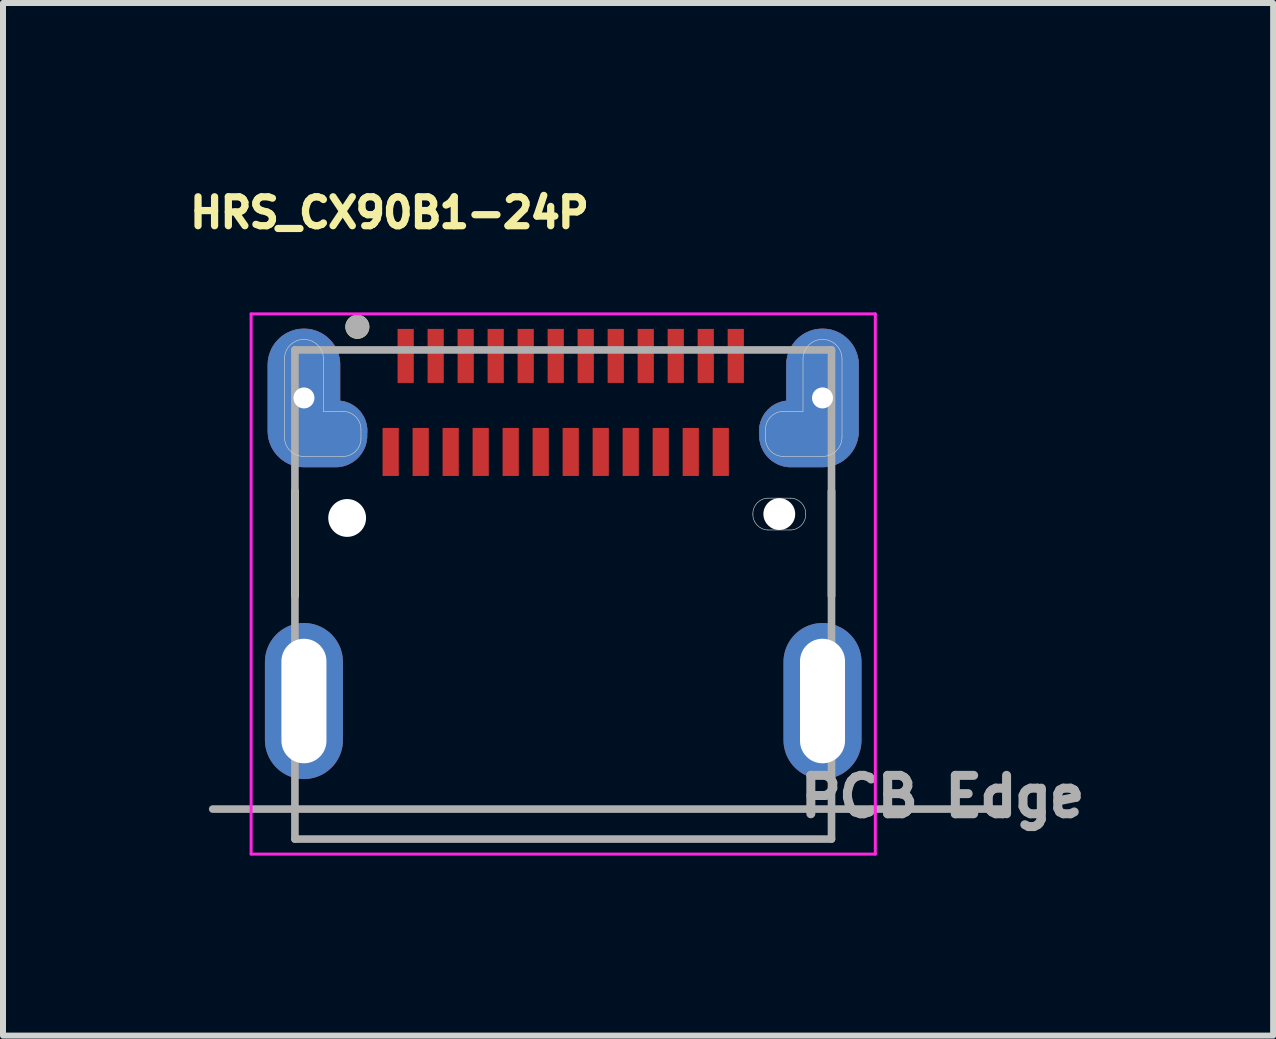
<source format=kicad_pcb>
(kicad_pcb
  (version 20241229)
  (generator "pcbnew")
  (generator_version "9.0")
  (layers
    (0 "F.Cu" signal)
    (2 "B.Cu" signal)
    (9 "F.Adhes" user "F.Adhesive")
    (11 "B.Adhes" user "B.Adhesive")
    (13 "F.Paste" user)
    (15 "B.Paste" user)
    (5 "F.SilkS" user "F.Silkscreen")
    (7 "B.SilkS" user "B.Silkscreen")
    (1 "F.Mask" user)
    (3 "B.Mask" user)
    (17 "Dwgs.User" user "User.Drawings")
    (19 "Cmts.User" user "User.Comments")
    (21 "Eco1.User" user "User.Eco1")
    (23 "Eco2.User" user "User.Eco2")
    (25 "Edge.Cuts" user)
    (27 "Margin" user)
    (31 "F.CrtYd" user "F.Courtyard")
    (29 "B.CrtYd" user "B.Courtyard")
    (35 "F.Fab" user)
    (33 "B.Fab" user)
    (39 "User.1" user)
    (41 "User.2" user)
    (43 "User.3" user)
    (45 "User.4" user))
  (footprint "HRS_CX90B1-24P"
    (layer "F.Cu")
    (at 6.334 8.63)
    (property "Reference" "HRS_CX90B1-24P" (at -2.894 -8.136 0) (layer "F.SilkS") (effects (font (size 0.482 0.482) (thickness 0.15))))
    (attr smd)
    (fp_poly (pts (xy -3.72 -5.6) (xy -3.72 -5) (xy -3.691 -4.996) (xy -3.666 -4.992) (xy -3.64 -4.985) (xy -3.615 -4.978) (xy -3.59 -4.969) (xy -3.566 -4.959) (xy -3.542 -4.948) (xy -3.519 -4.935) (xy -3.496 -4.921) (xy -3.475 -4.907) (xy -3.454 -4.891) (xy -3.434 -4.873) (xy -3.415 -4.855) (xy -3.397 -4.836) (xy -3.379 -4.816) (xy -3.363 -4.795) (xy -3.349 -4.774) (xy -3.335 -4.751) (xy -3.322 -4.728) (xy -3.311 -4.704) (xy -3.301 -4.68) (xy -3.292 -4.655) (xy -3.285 -4.63) (xy -3.278 -4.604) (xy -3.274 -4.579) (xy -3.27 -4.553) (xy -3.268 -4.526) (xy -3.268 -4.5) (xy -3.268 -4.474) (xy -3.27 -4.45) (xy -3.269 -4.425) (xy -3.27 -4.397) (xy -3.272 -4.37) (xy -3.276 -4.343) (xy -3.281 -4.316) (xy -3.287 -4.289) (xy -3.295 -4.263) (xy -3.304 -4.237) (xy -3.315 -4.211) (xy -3.327 -4.186) (xy -3.34 -4.162) (xy -3.354 -4.139) (xy -3.37 -4.116) (xy -3.387 -4.094) (xy -3.404 -4.073) (xy -3.423 -4.053) (xy -3.443 -4.034) (xy -3.464 -4.017) (xy -3.486 -4) (xy -3.509 -3.984) (xy -3.532 -3.97) (xy -3.556 -3.957) (xy -3.581 -3.945) (xy -3.607 -3.934) (xy -3.633 -3.925) (xy -3.659 -3.917) (xy -3.686 -3.911) (xy -3.713 -3.906) (xy -3.74 -3.902) (xy -3.77 -3.9) (xy -4.32 -3.9) (xy -4.351 -3.901) (xy -4.383 -3.903) (xy -4.414 -3.907) (xy -4.445 -3.913) (xy -4.475 -3.92) (xy -4.505 -3.929) (xy -4.535 -3.94) (xy -4.564 -3.952) (xy -4.592 -3.965) (xy -4.62 -3.98) (xy -4.647 -3.997) (xy -4.673 -4.015) (xy -4.698 -4.034) (xy -4.721 -4.054) (xy -4.744 -4.076) (xy -4.766 -4.099) (xy -4.786 -4.122) (xy -4.805 -4.147) (xy -4.823 -4.173) (xy -4.84 -4.2) (xy -4.855 -4.228) (xy -4.868 -4.256) (xy -4.88 -4.285) (xy -4.891 -4.315) (xy -4.9 -4.345) (xy -4.907 -4.375) (xy -4.913 -4.406) (xy -4.917 -4.437) (xy -4.919 -4.469) (xy -4.92 -4.5) (xy -4.92 -5.6) (xy -4.919 -5.631) (xy -4.917 -5.663) (xy -4.913 -5.694) (xy -4.907 -5.725) (xy -4.9 -5.755) (xy -4.891 -5.785) (xy -4.88 -5.815) (xy -4.868 -5.844) (xy -4.855 -5.872) (xy -4.84 -5.9) (xy -4.823 -5.927) (xy -4.805 -5.953) (xy -4.786 -5.978) (xy -4.766 -6.001) (xy -4.744 -6.024) (xy -4.721 -6.046) (xy -4.698 -6.066) (xy -4.673 -6.085) (xy -4.647 -6.103) (xy -4.62 -6.12) (xy -4.592 -6.135) (xy -4.564 -6.148) (xy -4.535 -6.16) (xy -4.505 -6.171) (xy -4.475 -6.18) (xy -4.445 -6.187) (xy -4.414 -6.193) (xy -4.383 -6.197) (xy -4.351 -6.199) (xy -4.32 -6.2) (xy -4.289 -6.199) (xy -4.257 -6.197) (xy -4.226 -6.193) (xy -4.195 -6.187) (xy -4.165 -6.18) (xy -4.135 -6.171) (xy -4.105 -6.16) (xy -4.076 -6.148) (xy -4.048 -6.135) (xy -4.02 -6.12) (xy -3.993 -6.103) (xy -3.967 -6.085) (xy -3.942 -6.066) (xy -3.919 -6.046) (xy -3.896 -6.024) (xy -3.874 -6.001) (xy -3.854 -5.978) (xy -3.835 -5.953) (xy -3.817 -5.927) (xy -3.8 -5.9) (xy -3.785 -5.872) (xy -3.772 -5.844) (xy -3.76 -5.815) (xy -3.749 -5.785) (xy -3.74 -5.755) (xy -3.733 -5.725) (xy -3.727 -5.694) (xy -3.723 -5.663) (xy -3.721 -5.631) (xy -3.72 -5.6)) (stroke (width 0.01) (type solid)) (fill yes) (layer "F.Cu"))
    (fp_poly (pts (xy 3.72 -5.6) (xy 3.72 -5) (xy 3.691 -4.996) (xy 3.666 -4.992) (xy 3.64 -4.985) (xy 3.615 -4.978) (xy 3.59 -4.969) (xy 3.566 -4.959) (xy 3.542 -4.948) (xy 3.519 -4.935) (xy 3.496 -4.921) (xy 3.475 -4.907) (xy 3.454 -4.891) (xy 3.434 -4.873) (xy 3.415 -4.855) (xy 3.397 -4.836) (xy 3.379 -4.816) (xy 3.363 -4.795) (xy 3.349 -4.774) (xy 3.335 -4.751) (xy 3.322 -4.728) (xy 3.311 -4.704) (xy 3.301 -4.68) (xy 3.292 -4.655) (xy 3.285 -4.63) (xy 3.278 -4.604) (xy 3.274 -4.579) (xy 3.27 -4.553) (xy 3.268 -4.526) (xy 3.268 -4.5) (xy 3.268 -4.474) (xy 3.27 -4.45) (xy 3.269 -4.425) (xy 3.27 -4.397) (xy 3.272 -4.37) (xy 3.276 -4.343) (xy 3.281 -4.316) (xy 3.287 -4.289) (xy 3.295 -4.263) (xy 3.304 -4.237) (xy 3.315 -4.211) (xy 3.327 -4.186) (xy 3.34 -4.162) (xy 3.354 -4.139) (xy 3.37 -4.116) (xy 3.387 -4.094) (xy 3.404 -4.073) (xy 3.423 -4.053) (xy 3.443 -4.034) (xy 3.464 -4.017) (xy 3.486 -4) (xy 3.509 -3.984) (xy 3.532 -3.97) (xy 3.556 -3.957) (xy 3.581 -3.945) (xy 3.607 -3.934) (xy 3.633 -3.925) (xy 3.659 -3.917) (xy 3.686 -3.911) (xy 3.713 -3.906) (xy 3.74 -3.902) (xy 3.77 -3.9) (xy 4.32 -3.9) (xy 4.351 -3.901) (xy 4.383 -3.903) (xy 4.414 -3.907) (xy 4.445 -3.913) (xy 4.475 -3.92) (xy 4.505 -3.929) (xy 4.535 -3.94) (xy 4.564 -3.952) (xy 4.592 -3.965) (xy 4.62 -3.98) (xy 4.647 -3.997) (xy 4.673 -4.015) (xy 4.698 -4.034) (xy 4.721 -4.054) (xy 4.744 -4.076) (xy 4.766 -4.099) (xy 4.786 -4.122) (xy 4.805 -4.147) (xy 4.823 -4.173) (xy 4.84 -4.2) (xy 4.855 -4.228) (xy 4.868 -4.256) (xy 4.88 -4.285) (xy 4.891 -4.315) (xy 4.9 -4.345) (xy 4.907 -4.375) (xy 4.913 -4.406) (xy 4.917 -4.437) (xy 4.919 -4.469) (xy 4.92 -4.5) (xy 4.92 -5.6) (xy 4.919 -5.631) (xy 4.917 -5.663) (xy 4.913 -5.694) (xy 4.907 -5.725) (xy 4.9 -5.755) (xy 4.891 -5.785) (xy 4.88 -5.815) (xy 4.868 -5.844) (xy 4.855 -5.872) (xy 4.84 -5.9) (xy 4.823 -5.927) (xy 4.805 -5.953) (xy 4.786 -5.978) (xy 4.766 -6.001) (xy 4.744 -6.024) (xy 4.721 -6.046) (xy 4.698 -6.066) (xy 4.673 -6.085) (xy 4.647 -6.103) (xy 4.62 -6.12) (xy 4.592 -6.135) (xy 4.564 -6.148) (xy 4.535 -6.16) (xy 4.505 -6.171) (xy 4.475 -6.18) (xy 4.445 -6.187) (xy 4.414 -6.193) (xy 4.383 -6.197) (xy 4.351 -6.199) (xy 4.32 -6.2) (xy 4.289 -6.199) (xy 4.257 -6.197) (xy 4.226 -6.193) (xy 4.195 -6.187) (xy 4.165 -6.18) (xy 4.135 -6.171) (xy 4.105 -6.16) (xy 4.076 -6.148) (xy 4.048 -6.135) (xy 4.02 -6.12) (xy 3.993 -6.103) (xy 3.967 -6.085) (xy 3.942 -6.066) (xy 3.919 -6.046) (xy 3.896 -6.024) (xy 3.874 -6.001) (xy 3.854 -5.978) (xy 3.835 -5.953) (xy 3.817 -5.927) (xy 3.8 -5.9) (xy 3.785 -5.872) (xy 3.772 -5.844) (xy 3.76 -5.815) (xy 3.749 -5.785) (xy 3.74 -5.755) (xy 3.733 -5.725) (xy 3.727 -5.694) (xy 3.723 -5.663) (xy 3.721 -5.631) (xy 3.72 -5.6)) (stroke (width 0.01) (type solid)) (fill yes) (layer "F.Cu"))
    (fp_poly (pts (xy 3.6 -3.48) (xy 3.77 -3.48) (xy 3.789 -3.479) (xy 3.809 -3.478) (xy 3.828 -3.475) (xy 3.847 -3.472) (xy 3.866 -3.467) (xy 3.884 -3.462) (xy 3.903 -3.455) (xy 3.92 -3.448) (xy 3.938 -3.44) (xy 3.955 -3.43) (xy 3.972 -3.42) (xy 3.987 -3.409) (xy 4.003 -3.398) (xy 4.018 -3.385) (xy 4.032 -3.372) (xy 4.045 -3.358) (xy 4.058 -3.343) (xy 4.069 -3.327) (xy 4.08 -3.312) (xy 4.09 -3.295) (xy 4.1 -3.278) (xy 4.108 -3.26) (xy 4.115 -3.243) (xy 4.122 -3.224) (xy 4.127 -3.206) (xy 4.132 -3.187) (xy 4.135 -3.168) (xy 4.138 -3.149) (xy 4.139 -3.129) (xy 4.14 -3.11) (xy 4.14 -3.091) (xy 4.138 -3.072) (xy 4.136 -3.054) (xy 4.132 -3.035) (xy 4.128 -3.017) (xy 4.122 -2.999) (xy 4.116 -2.981) (xy 4.109 -2.964) (xy 4.101 -2.947) (xy 4.092 -2.93) (xy 4.082 -2.914) (xy 4.071 -2.898) (xy 4.06 -2.883) (xy 4.048 -2.869) (xy 4.035 -2.855) (xy 4.021 -2.842) (xy 4.007 -2.83) (xy 3.992 -2.819) (xy 3.976 -2.808) (xy 3.96 -2.798) (xy 3.943 -2.789) (xy 3.926 -2.781) (xy 3.909 -2.774) (xy 3.891 -2.768) (xy 3.873 -2.762) (xy 3.855 -2.758) (xy 3.836 -2.754) (xy 3.818 -2.752) (xy 3.799 -2.75) (xy 3.78 -2.75) (xy 3.6 -2.75) (xy 3.4 -2.75) (xy 3.381 -2.751) (xy 3.361 -2.752) (xy 3.342 -2.755) (xy 3.323 -2.758) (xy 3.304 -2.763) (xy 3.286 -2.768) (xy 3.267 -2.775) (xy 3.25 -2.782) (xy 3.232 -2.79) (xy 3.215 -2.8) (xy 3.198 -2.81) (xy 3.183 -2.821) (xy 3.167 -2.832) (xy 3.152 -2.845) (xy 3.138 -2.858) (xy 3.125 -2.872) (xy 3.112 -2.887) (xy 3.101 -2.903) (xy 3.09 -2.918) (xy 3.08 -2.935) (xy 3.07 -2.952) (xy 3.062 -2.97) (xy 3.055 -2.987) (xy 3.048 -3.006) (xy 3.043 -3.024) (xy 3.038 -3.043) (xy 3.035 -3.062) (xy 3.032 -3.081) (xy 3.031 -3.101) (xy 3.03 -3.12) (xy 3.03 -3.139) (xy 3.032 -3.158) (xy 3.034 -3.176) (xy 3.038 -3.195) (xy 3.042 -3.213) (xy 3.048 -3.231) (xy 3.054 -3.249) (xy 3.061 -3.266) (xy 3.069 -3.283) (xy 3.078 -3.3) (xy 3.088 -3.316) (xy 3.099 -3.332) (xy 3.11 -3.347) (xy 3.122 -3.361) (xy 3.135 -3.375) (xy 3.149 -3.388) (xy 3.163 -3.4) (xy 3.178 -3.411) (xy 3.194 -3.422) (xy 3.21 -3.432) (xy 3.227 -3.441) (xy 3.244 -3.449) (xy 3.261 -3.456) (xy 3.279 -3.462) (xy 3.297 -3.468) (xy 3.315 -3.472) (xy 3.334 -3.476) (xy 3.352 -3.478) (xy 3.371 -3.48) (xy 3.39 -3.48) (xy 3.6 -3.48)) (stroke (width 0.01) (type solid)) (fill yes) (layer "F.Mask"))
    (fp_poly (pts (xy -3.62 -5.7) (xy -3.62 -5.1) (xy -3.597 -5.091) (xy -3.572 -5.079) (xy -3.547 -5.067) (xy -3.523 -5.053) (xy -3.499 -5.039) (xy -3.475 -5.023) (xy -3.453 -5.007) (xy -3.431 -4.99) (xy -3.409 -4.972) (xy -3.389 -4.953) (xy -3.369 -4.933) (xy -3.35 -4.913) (xy -3.332 -4.891) (xy -3.314 -4.869) (xy -3.298 -4.847) (xy -3.282 -4.824) (xy -3.268 -4.8) (xy -3.254 -4.776) (xy -3.241 -4.751) (xy -3.229 -4.725) (xy -3.219 -4.699) (xy -3.209 -4.673) (xy -3.2 -4.647) (xy -3.193 -4.62) (xy -3.186 -4.593) (xy -3.181 -4.565) (xy -3.176 -4.537) (xy -3.173 -4.51) (xy -3.171 -4.482) (xy -3.17 -4.45) (xy -3.172 -4.419) (xy -3.176 -4.386) (xy -3.181 -4.352) (xy -3.188 -4.319) (xy -3.197 -4.286) (xy -3.207 -4.254) (xy -3.219 -4.222) (xy -3.233 -4.191) (xy -3.248 -4.161) (xy -3.264 -4.131) (xy -3.282 -4.103) (xy -3.302 -4.075) (xy -3.322 -4.048) (xy -3.344 -4.022) (xy -3.368 -3.998) (xy -3.392 -3.974) (xy -3.418 -3.952) (xy -3.445 -3.932) (xy -3.473 -3.912) (xy -3.501 -3.894) (xy -3.531 -3.878) (xy -3.561 -3.863) (xy -3.592 -3.849) (xy -3.624 -3.837) (xy -3.656 -3.827) (xy -3.689 -3.818) (xy -3.722 -3.811) (xy -3.756 -3.806) (xy -3.789 -3.802) (xy -3.82 -3.8) (xy -4.32 -3.8) (xy -4.357 -3.801) (xy -4.393 -3.804) (xy -4.43 -3.809) (xy -4.466 -3.815) (xy -4.501 -3.824) (xy -4.536 -3.834) (xy -4.571 -3.846) (xy -4.605 -3.861) (xy -4.638 -3.876) (xy -4.67 -3.894) (xy -4.701 -3.913) (xy -4.731 -3.934) (xy -4.761 -3.956) (xy -4.788 -3.98) (xy -4.815 -4.005) (xy -4.84 -4.032) (xy -4.864 -4.059) (xy -4.886 -4.089) (xy -4.907 -4.119) (xy -4.926 -4.15) (xy -4.944 -4.182) (xy -4.959 -4.215) (xy -4.974 -4.249) (xy -4.986 -4.284) (xy -4.996 -4.319) (xy -5.005 -4.354) (xy -5.011 -4.39) (xy -5.016 -4.427) (xy -5.019 -4.463) (xy -5.02 -4.5) (xy -5.02 -5.6) (xy -5.019 -5.637) (xy -5.016 -5.673) (xy -5.011 -5.71) (xy -5.005 -5.746) (xy -4.996 -5.781) (xy -4.986 -5.816) (xy -4.974 -5.851) (xy -4.959 -5.885) (xy -4.944 -5.918) (xy -4.926 -5.95) (xy -4.907 -5.981) (xy -4.886 -6.011) (xy -4.864 -6.041) (xy -4.84 -6.068) (xy -4.815 -6.095) (xy -4.788 -6.12) (xy -4.761 -6.144) (xy -4.731 -6.166) (xy -4.701 -6.187) (xy -4.67 -6.206) (xy -4.638 -6.224) (xy -4.605 -6.239) (xy -4.571 -6.254) (xy -4.536 -6.266) (xy -4.501 -6.276) (xy -4.466 -6.285) (xy -4.43 -6.291) (xy -4.393 -6.296) (xy -4.357 -6.299) (xy -4.32 -6.3) (xy -4.281 -6.302) (xy -4.247 -6.302) (xy -4.213 -6.299) (xy -4.179 -6.296) (xy -4.146 -6.29) (xy -4.112 -6.283) (xy -4.079 -6.273) (xy -4.047 -6.263) (xy -4.015 -6.25) (xy -3.984 -6.236) (xy -3.954 -6.22) (xy -3.925 -6.203) (xy -3.896 -6.184) (xy -3.869 -6.164) (xy -3.842 -6.142) (xy -3.817 -6.119) (xy -3.793 -6.095) (xy -3.771 -6.069) (xy -3.749 -6.042) (xy -3.73 -6.015) (xy -3.711 -5.986) (xy -3.694 -5.956) (xy -3.679 -5.926) (xy -3.666 -5.894) (xy -3.654 -5.862) (xy -3.643 -5.83) (xy -3.635 -5.797) (xy -3.628 -5.763) (xy -3.623 -5.729) (xy -3.62 -5.7)) (stroke (width 0.01) (type solid)) (fill yes) (layer "F.Mask"))
    (fp_poly (pts (xy 3.62 -5.7) (xy 3.62 -5.1) (xy 3.592 -5.09) (xy 3.566 -5.08) (xy 3.54 -5.068) (xy 3.515 -5.056) (xy 3.49 -5.042) (xy 3.465 -5.027) (xy 3.442 -5.012) (xy 3.419 -4.995) (xy 3.396 -4.977) (xy 3.375 -4.959) (xy 3.354 -4.939) (xy 3.334 -4.919) (xy 3.315 -4.898) (xy 3.297 -4.876) (xy 3.28 -4.853) (xy 3.263 -4.83) (xy 3.248 -4.806) (xy 3.234 -4.781) (xy 3.221 -4.756) (xy 3.209 -4.73) (xy 3.198 -4.704) (xy 3.188 -4.677) (xy 3.179 -4.65) (xy 3.171 -4.623) (xy 3.165 -4.595) (xy 3.16 -4.567) (xy 3.155 -4.539) (xy 3.152 -4.511) (xy 3.151 -4.482) (xy 3.15 -4.45) (xy 3.152 -4.414) (xy 3.155 -4.38) (xy 3.16 -4.345) (xy 3.167 -4.312) (xy 3.175 -4.278) (xy 3.186 -4.245) (xy 3.198 -4.213) (xy 3.212 -4.181) (xy 3.227 -4.15) (xy 3.244 -4.12) (xy 3.263 -4.091) (xy 3.283 -4.063) (xy 3.304 -4.036) (xy 3.327 -4.01) (xy 3.351 -3.985) (xy 3.377 -3.962) (xy 3.404 -3.94) (xy 3.431 -3.919) (xy 3.46 -3.9) (xy 3.49 -3.883) (xy 3.521 -3.867) (xy 3.552 -3.852) (xy 3.584 -3.84) (xy 3.617 -3.829) (xy 3.65 -3.82) (xy 3.684 -3.812) (xy 3.718 -3.806) (xy 3.752 -3.802) (xy 3.787 -3.8) (xy 3.82 -3.8) (xy 4.32 -3.8) (xy 4.357 -3.801) (xy 4.393 -3.804) (xy 4.43 -3.809) (xy 4.466 -3.815) (xy 4.501 -3.824) (xy 4.536 -3.834) (xy 4.571 -3.846) (xy 4.605 -3.861) (xy 4.638 -3.876) (xy 4.67 -3.894) (xy 4.701 -3.913) (xy 4.731 -3.934) (xy 4.761 -3.956) (xy 4.788 -3.98) (xy 4.815 -4.005) (xy 4.84 -4.032) (xy 4.864 -4.059) (xy 4.886 -4.089) (xy 4.907 -4.119) (xy 4.926 -4.15) (xy 4.944 -4.182) (xy 4.959 -4.215) (xy 4.974 -4.249) (xy 4.986 -4.284) (xy 4.996 -4.319) (xy 5.005 -4.354) (xy 5.011 -4.39) (xy 5.016 -4.427) (xy 5.019 -4.463) (xy 5.02 -4.5) (xy 5.02 -5.6) (xy 5.019 -5.637) (xy 5.016 -5.673) (xy 5.011 -5.71) (xy 5.005 -5.746) (xy 4.996 -5.781) (xy 4.986 -5.816) (xy 4.974 -5.851) (xy 4.959 -5.885) (xy 4.944 -5.918) (xy 4.926 -5.95) (xy 4.907 -5.981) (xy 4.886 -6.011) (xy 4.864 -6.041) (xy 4.84 -6.068) (xy 4.815 -6.095) (xy 4.788 -6.12) (xy 4.761 -6.144) (xy 4.731 -6.166) (xy 4.701 -6.187) (xy 4.67 -6.206) (xy 4.638 -6.224) (xy 4.605 -6.239) (xy 4.571 -6.254) (xy 4.536 -6.266) (xy 4.501 -6.276) (xy 4.466 -6.285) (xy 4.43 -6.291) (xy 4.393 -6.296) (xy 4.357 -6.299) (xy 4.32 -6.3) (xy 4.281 -6.302) (xy 4.247 -6.302) (xy 4.213 -6.299) (xy 4.179 -6.296) (xy 4.146 -6.29) (xy 4.112 -6.283) (xy 4.079 -6.273) (xy 4.047 -6.263) (xy 4.015 -6.25) (xy 3.984 -6.236) (xy 3.954 -6.22) (xy 3.925 -6.203) (xy 3.896 -6.184) (xy 3.869 -6.164) (xy 3.842 -6.142) (xy 3.817 -6.119) (xy 3.793 -6.095) (xy 3.771 -6.069) (xy 3.749 -6.042) (xy 3.73 -6.015) (xy 3.711 -5.986) (xy 3.694 -5.956) (xy 3.679 -5.926) (xy 3.666 -5.894) (xy 3.654 -5.862) (xy 3.643 -5.83) (xy 3.635 -5.797) (xy 3.628 -5.763) (xy 3.623 -5.729) (xy 3.62 -5.7)) (stroke (width 0.01) (type solid)) (fill yes) (layer "F.Mask"))
    (fp_poly (pts (xy -3.72 -5.6) (xy -3.72 -5) (xy -3.691 -4.996) (xy -3.666 -4.992) (xy -3.64 -4.985) (xy -3.615 -4.978) (xy -3.59 -4.969) (xy -3.566 -4.959) (xy -3.542 -4.948) (xy -3.519 -4.935) (xy -3.496 -4.921) (xy -3.475 -4.907) (xy -3.454 -4.891) (xy -3.434 -4.873) (xy -3.415 -4.855) (xy -3.397 -4.836) (xy -3.379 -4.816) (xy -3.363 -4.795) (xy -3.349 -4.774) (xy -3.335 -4.751) (xy -3.322 -4.728) (xy -3.311 -4.704) (xy -3.301 -4.68) (xy -3.292 -4.655) (xy -3.285 -4.63) (xy -3.278 -4.604) (xy -3.274 -4.579) (xy -3.27 -4.553) (xy -3.268 -4.526) (xy -3.268 -4.5) (xy -3.268 -4.474) (xy -3.27 -4.45) (xy -3.269 -4.425) (xy -3.27 -4.397) (xy -3.272 -4.37) (xy -3.276 -4.343) (xy -3.281 -4.316) (xy -3.287 -4.289) (xy -3.295 -4.263) (xy -3.304 -4.237) (xy -3.315 -4.211) (xy -3.327 -4.186) (xy -3.34 -4.162) (xy -3.354 -4.139) (xy -3.37 -4.116) (xy -3.387 -4.094) (xy -3.404 -4.073) (xy -3.423 -4.053) (xy -3.443 -4.034) (xy -3.464 -4.017) (xy -3.486 -4) (xy -3.509 -3.984) (xy -3.532 -3.97) (xy -3.556 -3.957) (xy -3.581 -3.945) (xy -3.607 -3.934) (xy -3.633 -3.925) (xy -3.659 -3.917) (xy -3.686 -3.911) (xy -3.713 -3.906) (xy -3.74 -3.902) (xy -3.77 -3.9) (xy -4.32 -3.9) (xy -4.351 -3.901) (xy -4.383 -3.903) (xy -4.414 -3.907) (xy -4.445 -3.913) (xy -4.475 -3.92) (xy -4.505 -3.929) (xy -4.535 -3.94) (xy -4.564 -3.952) (xy -4.592 -3.965) (xy -4.62 -3.98) (xy -4.647 -3.997) (xy -4.673 -4.015) (xy -4.698 -4.034) (xy -4.721 -4.054) (xy -4.744 -4.076) (xy -4.766 -4.099) (xy -4.786 -4.122) (xy -4.805 -4.147) (xy -4.823 -4.173) (xy -4.84 -4.2) (xy -4.855 -4.228) (xy -4.868 -4.256) (xy -4.88 -4.285) (xy -4.891 -4.315) (xy -4.9 -4.345) (xy -4.907 -4.375) (xy -4.913 -4.406) (xy -4.917 -4.437) (xy -4.919 -4.469) (xy -4.92 -4.5) (xy -4.92 -5.6) (xy -4.919 -5.631) (xy -4.917 -5.663) (xy -4.913 -5.694) (xy -4.907 -5.725) (xy -4.9 -5.755) (xy -4.891 -5.785) (xy -4.88 -5.815) (xy -4.868 -5.844) (xy -4.855 -5.872) (xy -4.84 -5.9) (xy -4.823 -5.927) (xy -4.805 -5.953) (xy -4.786 -5.978) (xy -4.766 -6.001) (xy -4.744 -6.024) (xy -4.721 -6.046) (xy -4.698 -6.066) (xy -4.673 -6.085) (xy -4.647 -6.103) (xy -4.62 -6.12) (xy -4.592 -6.135) (xy -4.564 -6.148) (xy -4.535 -6.16) (xy -4.505 -6.171) (xy -4.475 -6.18) (xy -4.445 -6.187) (xy -4.414 -6.193) (xy -4.383 -6.197) (xy -4.351 -6.199) (xy -4.32 -6.2) (xy -4.289 -6.199) (xy -4.257 -6.197) (xy -4.226 -6.193) (xy -4.195 -6.187) (xy -4.165 -6.18) (xy -4.135 -6.171) (xy -4.105 -6.16) (xy -4.076 -6.148) (xy -4.048 -6.135) (xy -4.02 -6.12) (xy -3.993 -6.103) (xy -3.967 -6.085) (xy -3.942 -6.066) (xy -3.919 -6.046) (xy -3.896 -6.024) (xy -3.874 -6.001) (xy -3.854 -5.978) (xy -3.835 -5.953) (xy -3.817 -5.927) (xy -3.8 -5.9) (xy -3.785 -5.872) (xy -3.772 -5.844) (xy -3.76 -5.815) (xy -3.749 -5.785) (xy -3.74 -5.755) (xy -3.733 -5.725) (xy -3.727 -5.694) (xy -3.723 -5.663) (xy -3.721 -5.631) (xy -3.72 -5.6)) (stroke (width 0.01) (type solid)) (fill yes) (layer "B.Cu"))
    (fp_poly (pts (xy 3.72 -5.6) (xy 3.72 -5) (xy 3.691 -4.996) (xy 3.666 -4.992) (xy 3.64 -4.985) (xy 3.615 -4.978) (xy 3.59 -4.969) (xy 3.566 -4.959) (xy 3.542 -4.948) (xy 3.519 -4.935) (xy 3.496 -4.921) (xy 3.475 -4.907) (xy 3.454 -4.891) (xy 3.434 -4.873) (xy 3.415 -4.855) (xy 3.397 -4.836) (xy 3.379 -4.816) (xy 3.363 -4.795) (xy 3.349 -4.774) (xy 3.335 -4.751) (xy 3.322 -4.728) (xy 3.311 -4.704) (xy 3.301 -4.68) (xy 3.292 -4.655) (xy 3.285 -4.63) (xy 3.278 -4.604) (xy 3.274 -4.579) (xy 3.27 -4.553) (xy 3.268 -4.526) (xy 3.268 -4.5) (xy 3.268 -4.474) (xy 3.27 -4.45) (xy 3.269 -4.425) (xy 3.27 -4.397) (xy 3.272 -4.37) (xy 3.276 -4.343) (xy 3.281 -4.316) (xy 3.287 -4.289) (xy 3.295 -4.263) (xy 3.304 -4.237) (xy 3.315 -4.211) (xy 3.327 -4.186) (xy 3.34 -4.162) (xy 3.354 -4.139) (xy 3.37 -4.116) (xy 3.387 -4.094) (xy 3.404 -4.073) (xy 3.423 -4.053) (xy 3.443 -4.034) (xy 3.464 -4.017) (xy 3.486 -4) (xy 3.509 -3.984) (xy 3.532 -3.97) (xy 3.556 -3.957) (xy 3.581 -3.945) (xy 3.607 -3.934) (xy 3.633 -3.925) (xy 3.659 -3.917) (xy 3.686 -3.911) (xy 3.713 -3.906) (xy 3.74 -3.902) (xy 3.77 -3.9) (xy 4.32 -3.9) (xy 4.351 -3.901) (xy 4.383 -3.903) (xy 4.414 -3.907) (xy 4.445 -3.913) (xy 4.475 -3.92) (xy 4.505 -3.929) (xy 4.535 -3.94) (xy 4.564 -3.952) (xy 4.592 -3.965) (xy 4.62 -3.98) (xy 4.647 -3.997) (xy 4.673 -4.015) (xy 4.698 -4.034) (xy 4.721 -4.054) (xy 4.744 -4.076) (xy 4.766 -4.099) (xy 4.786 -4.122) (xy 4.805 -4.147) (xy 4.823 -4.173) (xy 4.84 -4.2) (xy 4.855 -4.228) (xy 4.868 -4.256) (xy 4.88 -4.285) (xy 4.891 -4.315) (xy 4.9 -4.345) (xy 4.907 -4.375) (xy 4.913 -4.406) (xy 4.917 -4.437) (xy 4.919 -4.469) (xy 4.92 -4.5) (xy 4.92 -5.6) (xy 4.919 -5.631) (xy 4.917 -5.663) (xy 4.913 -5.694) (xy 4.907 -5.725) (xy 4.9 -5.755) (xy 4.891 -5.785) (xy 4.88 -5.815) (xy 4.868 -5.844) (xy 4.855 -5.872) (xy 4.84 -5.9) (xy 4.823 -5.927) (xy 4.805 -5.953) (xy 4.786 -5.978) (xy 4.766 -6.001) (xy 4.744 -6.024) (xy 4.721 -6.046) (xy 4.698 -6.066) (xy 4.673 -6.085) (xy 4.647 -6.103) (xy 4.62 -6.12) (xy 4.592 -6.135) (xy 4.564 -6.148) (xy 4.535 -6.16) (xy 4.505 -6.171) (xy 4.475 -6.18) (xy 4.445 -6.187) (xy 4.414 -6.193) (xy 4.383 -6.197) (xy 4.351 -6.199) (xy 4.32 -6.2) (xy 4.289 -6.199) (xy 4.257 -6.197) (xy 4.226 -6.193) (xy 4.195 -6.187) (xy 4.165 -6.18) (xy 4.135 -6.171) (xy 4.105 -6.16) (xy 4.076 -6.148) (xy 4.048 -6.135) (xy 4.02 -6.12) (xy 3.993 -6.103) (xy 3.967 -6.085) (xy 3.942 -6.066) (xy 3.919 -6.046) (xy 3.896 -6.024) (xy 3.874 -6.001) (xy 3.854 -5.978) (xy 3.835 -5.953) (xy 3.817 -5.927) (xy 3.8 -5.9) (xy 3.785 -5.872) (xy 3.772 -5.844) (xy 3.76 -5.815) (xy 3.749 -5.785) (xy 3.74 -5.755) (xy 3.733 -5.725) (xy 3.727 -5.694) (xy 3.723 -5.663) (xy 3.721 -5.631) (xy 3.72 -5.6)) (stroke (width 0.01) (type solid)) (fill yes) (layer "B.Cu"))
    (fp_poly (pts (xy 3.39 -3.48) (xy 3.77 -3.48) (xy 3.789 -3.479) (xy 3.809 -3.478) (xy 3.828 -3.475) (xy 3.847 -3.472) (xy 3.866 -3.467) (xy 3.884 -3.462) (xy 3.903 -3.455) (xy 3.92 -3.448) (xy 3.938 -3.44) (xy 3.955 -3.43) (xy 3.972 -3.42) (xy 3.987 -3.409) (xy 4.003 -3.398) (xy 4.018 -3.385) (xy 4.032 -3.372) (xy 4.045 -3.358) (xy 4.058 -3.343) (xy 4.069 -3.327) (xy 4.08 -3.312) (xy 4.09 -3.295) (xy 4.1 -3.278) (xy 4.108 -3.26) (xy 4.115 -3.243) (xy 4.122 -3.224) (xy 4.127 -3.206) (xy 4.132 -3.187) (xy 4.135 -3.168) (xy 4.138 -3.149) (xy 4.139 -3.129) (xy 4.14 -3.11) (xy 4.14 -3.091) (xy 4.138 -3.072) (xy 4.136 -3.054) (xy 4.132 -3.035) (xy 4.128 -3.017) (xy 4.122 -2.999) (xy 4.116 -2.981) (xy 4.109 -2.964) (xy 4.101 -2.947) (xy 4.092 -2.93) (xy 4.082 -2.914) (xy 4.071 -2.898) (xy 4.06 -2.883) (xy 4.048 -2.869) (xy 4.035 -2.855) (xy 4.021 -2.842) (xy 4.007 -2.83) (xy 3.992 -2.819) (xy 3.976 -2.808) (xy 3.96 -2.798) (xy 3.943 -2.789) (xy 3.926 -2.781) (xy 3.909 -2.774) (xy 3.891 -2.768) (xy 3.873 -2.762) (xy 3.855 -2.758) (xy 3.836 -2.754) (xy 3.818 -2.752) (xy 3.799 -2.75) (xy 3.78 -2.75) (xy 3.4 -2.75) (xy 3.381 -2.751) (xy 3.361 -2.752) (xy 3.342 -2.755) (xy 3.323 -2.758) (xy 3.304 -2.763) (xy 3.286 -2.768) (xy 3.267 -2.775) (xy 3.25 -2.782) (xy 3.232 -2.79) (xy 3.215 -2.8) (xy 3.198 -2.81) (xy 3.183 -2.821) (xy 3.167 -2.832) (xy 3.152 -2.845) (xy 3.138 -2.858) (xy 3.125 -2.872) (xy 3.112 -2.887) (xy 3.101 -2.903) (xy 3.09 -2.918) (xy 3.08 -2.935) (xy 3.07 -2.952) (xy 3.062 -2.97) (xy 3.055 -2.987) (xy 3.048 -3.006) (xy 3.043 -3.024) (xy 3.038 -3.043) (xy 3.035 -3.062) (xy 3.032 -3.081) (xy 3.031 -3.101) (xy 3.03 -3.12) (xy 3.03 -3.139) (xy 3.032 -3.158) (xy 3.034 -3.176) (xy 3.038 -3.195) (xy 3.042 -3.213) (xy 3.048 -3.231) (xy 3.054 -3.249) (xy 3.061 -3.266) (xy 3.069 -3.283) (xy 3.078 -3.3) (xy 3.088 -3.316) (xy 3.099 -3.332) (xy 3.11 -3.347) (xy 3.122 -3.361) (xy 3.135 -3.375) (xy 3.149 -3.388) (xy 3.163 -3.4) (xy 3.178 -3.411) (xy 3.194 -3.422) (xy 3.21 -3.432) (xy 3.227 -3.441) (xy 3.244 -3.449) (xy 3.261 -3.456) (xy 3.279 -3.462) (xy 3.297 -3.468) (xy 3.315 -3.472) (xy 3.334 -3.476) (xy 3.352 -3.478) (xy 3.371 -3.48) (xy 3.39 -3.48)) (stroke (width 0.01) (type solid)) (fill yes) (layer "B.Mask"))
    (fp_poly (pts (xy -3.62 -5.7) (xy -3.62 -5.1) (xy -3.598 -5.092) (xy -3.572 -5.082) (xy -3.547 -5.07) (xy -3.522 -5.058) (xy -3.497 -5.044) (xy -3.473 -5.03) (xy -3.45 -5.014) (xy -3.427 -4.997) (xy -3.406 -4.98) (xy -3.385 -4.961) (xy -3.364 -4.942) (xy -3.345 -4.921) (xy -3.327 -4.9) (xy -3.309 -4.878) (xy -3.293 -4.856) (xy -3.277 -4.832) (xy -3.262 -4.809) (xy -3.249 -4.784) (xy -3.236 -4.759) (xy -3.225 -4.733) (xy -3.215 -4.707) (xy -3.206 -4.681) (xy -3.198 -4.654) (xy -3.191 -4.627) (xy -3.185 -4.599) (xy -3.181 -4.571) (xy -3.178 -4.544) (xy -3.176 -4.516) (xy -3.175 -4.488) (xy -3.175 -4.465) (xy -3.175 -4.432) (xy -3.177 -4.398) (xy -3.181 -4.364) (xy -3.187 -4.33) (xy -3.194 -4.297) (xy -3.204 -4.263) (xy -3.214 -4.231) (xy -3.227 -4.199) (xy -3.241 -4.168) (xy -3.257 -4.137) (xy -3.274 -4.108) (xy -3.293 -4.079) (xy -3.314 -4.052) (xy -3.336 -4.025) (xy -3.359 -4) (xy -3.383 -3.976) (xy -3.409 -3.953) (xy -3.436 -3.932) (xy -3.464 -3.912) (xy -3.493 -3.893) (xy -3.522 -3.877) (xy -3.553 -3.861) (xy -3.585 -3.848) (xy -3.617 -3.836) (xy -3.649 -3.825) (xy -3.683 -3.817) (xy -3.716 -3.81) (xy -3.75 -3.805) (xy -3.784 -3.802) (xy -3.82 -3.8) (xy -4.32 -3.8) (xy -4.357 -3.801) (xy -4.393 -3.804) (xy -4.43 -3.809) (xy -4.466 -3.815) (xy -4.501 -3.824) (xy -4.536 -3.834) (xy -4.571 -3.846) (xy -4.605 -3.861) (xy -4.638 -3.876) (xy -4.67 -3.894) (xy -4.701 -3.913) (xy -4.731 -3.934) (xy -4.761 -3.956) (xy -4.788 -3.98) (xy -4.815 -4.005) (xy -4.84 -4.032) (xy -4.864 -4.059) (xy -4.886 -4.089) (xy -4.907 -4.119) (xy -4.926 -4.15) (xy -4.944 -4.182) (xy -4.959 -4.215) (xy -4.974 -4.249) (xy -4.986 -4.284) (xy -4.996 -4.319) (xy -5.005 -4.354) (xy -5.011 -4.39) (xy -5.016 -4.427) (xy -5.019 -4.463) (xy -5.02 -4.5) (xy -5.02 -5.6) (xy -5.019 -5.637) (xy -5.016 -5.673) (xy -5.011 -5.71) (xy -5.005 -5.746) (xy -4.996 -5.781) (xy -4.986 -5.816) (xy -4.974 -5.851) (xy -4.959 -5.885) (xy -4.944 -5.918) (xy -4.926 -5.95) (xy -4.907 -5.981) (xy -4.886 -6.011) (xy -4.864 -6.041) (xy -4.84 -6.068) (xy -4.815 -6.095) (xy -4.788 -6.12) (xy -4.761 -6.144) (xy -4.731 -6.166) (xy -4.701 -6.187) (xy -4.67 -6.206) (xy -4.638 -6.224) (xy -4.605 -6.239) (xy -4.571 -6.254) (xy -4.536 -6.266) (xy -4.501 -6.276) (xy -4.466 -6.285) (xy -4.43 -6.291) (xy -4.393 -6.296) (xy -4.357 -6.299) (xy -4.32 -6.3) (xy -4.281 -6.302) (xy -4.247 -6.302) (xy -4.213 -6.299) (xy -4.179 -6.296) (xy -4.146 -6.29) (xy -4.112 -6.283) (xy -4.079 -6.273) (xy -4.047 -6.263) (xy -4.015 -6.25) (xy -3.984 -6.236) (xy -3.954 -6.22) (xy -3.925 -6.203) (xy -3.896 -6.184) (xy -3.869 -6.164) (xy -3.842 -6.142) (xy -3.817 -6.119) (xy -3.793 -6.095) (xy -3.771 -6.069) (xy -3.749 -6.042) (xy -3.73 -6.015) (xy -3.711 -5.986) (xy -3.694 -5.956) (xy -3.679 -5.926) (xy -3.666 -5.894) (xy -3.654 -5.862) (xy -3.643 -5.83) (xy -3.635 -5.797) (xy -3.628 -5.763) (xy -3.623 -5.729) (xy -3.62 -5.7)) (stroke (width 0.01) (type solid)) (fill yes) (layer "B.Mask"))
    (fp_poly (pts (xy 3.62 -5.7) (xy 3.62 -5.1) (xy 3.597 -5.092) (xy 3.57 -5.082) (xy 3.544 -5.071) (xy 3.518 -5.058) (xy 3.492 -5.045) (xy 3.467 -5.03) (xy 3.443 -5.014) (xy 3.42 -4.998) (xy 3.397 -4.98) (xy 3.375 -4.961) (xy 3.354 -4.941) (xy 3.333 -4.921) (xy 3.314 -4.899) (xy 3.296 -4.877) (xy 3.278 -4.854) (xy 3.262 -4.83) (xy 3.246 -4.806) (xy 3.232 -4.781) (xy 3.219 -4.755) (xy 3.206 -4.729) (xy 3.195 -4.702) (xy 3.185 -4.675) (xy 3.177 -4.648) (xy 3.169 -4.62) (xy 3.163 -4.592) (xy 3.158 -4.563) (xy 3.154 -4.535) (xy 3.152 -4.506) (xy 3.15 -4.477) (xy 3.15 -4.45) (xy 3.152 -4.414) (xy 3.155 -4.38) (xy 3.16 -4.345) (xy 3.167 -4.312) (xy 3.175 -4.278) (xy 3.186 -4.245) (xy 3.198 -4.213) (xy 3.212 -4.181) (xy 3.227 -4.15) (xy 3.244 -4.12) (xy 3.263 -4.091) (xy 3.283 -4.063) (xy 3.304 -4.036) (xy 3.327 -4.01) (xy 3.351 -3.985) (xy 3.377 -3.962) (xy 3.404 -3.94) (xy 3.431 -3.919) (xy 3.46 -3.9) (xy 3.49 -3.883) (xy 3.521 -3.867) (xy 3.552 -3.852) (xy 3.584 -3.84) (xy 3.617 -3.829) (xy 3.65 -3.82) (xy 3.684 -3.812) (xy 3.718 -3.806) (xy 3.752 -3.802) (xy 3.787 -3.8) (xy 3.82 -3.8) (xy 4.32 -3.8) (xy 4.357 -3.801) (xy 4.393 -3.804) (xy 4.43 -3.809) (xy 4.466 -3.815) (xy 4.501 -3.824) (xy 4.536 -3.834) (xy 4.571 -3.846) (xy 4.605 -3.861) (xy 4.638 -3.876) (xy 4.67 -3.894) (xy 4.701 -3.913) (xy 4.731 -3.934) (xy 4.761 -3.956) (xy 4.788 -3.98) (xy 4.815 -4.005) (xy 4.84 -4.032) (xy 4.864 -4.059) (xy 4.886 -4.089) (xy 4.907 -4.119) (xy 4.926 -4.15) (xy 4.944 -4.182) (xy 4.959 -4.215) (xy 4.974 -4.249) (xy 4.986 -4.284) (xy 4.996 -4.319) (xy 5.005 -4.354) (xy 5.011 -4.39) (xy 5.016 -4.427) (xy 5.019 -4.463) (xy 5.02 -4.5) (xy 5.02 -5.6) (xy 5.019 -5.637) (xy 5.016 -5.673) (xy 5.011 -5.71) (xy 5.005 -5.746) (xy 4.996 -5.781) (xy 4.986 -5.816) (xy 4.974 -5.851) (xy 4.959 -5.885) (xy 4.944 -5.918) (xy 4.926 -5.95) (xy 4.907 -5.981) (xy 4.886 -6.011) (xy 4.864 -6.041) (xy 4.84 -6.068) (xy 4.815 -6.095) (xy 4.788 -6.12) (xy 4.761 -6.144) (xy 4.731 -6.166) (xy 4.701 -6.187) (xy 4.67 -6.206) (xy 4.638 -6.224) (xy 4.605 -6.239) (xy 4.571 -6.254) (xy 4.536 -6.266) (xy 4.501 -6.276) (xy 4.466 -6.285) (xy 4.43 -6.291) (xy 4.393 -6.296) (xy 4.357 -6.299) (xy 4.32 -6.3) (xy 4.281 -6.302) (xy 4.247 -6.302) (xy 4.213 -6.299) (xy 4.179 -6.296) (xy 4.146 -6.29) (xy 4.112 -6.283) (xy 4.079 -6.273) (xy 4.047 -6.263) (xy 4.015 -6.25) (xy 3.984 -6.236) (xy 3.954 -6.22) (xy 3.925 -6.203) (xy 3.896 -6.184) (xy 3.869 -6.164) (xy 3.842 -6.142) (xy 3.817 -6.119) (xy 3.793 -6.095) (xy 3.771 -6.069) (xy 3.749 -6.042) (xy 3.73 -6.015) (xy 3.711 -5.986) (xy 3.694 -5.956) (xy 3.679 -5.926) (xy 3.666 -5.894) (xy 3.654 -5.862) (xy 3.643 -5.83) (xy 3.635 -5.797) (xy 3.628 -5.763) (xy 3.623 -5.729) (xy 3.62 -5.7)) (stroke (width 0.01) (type solid)) (fill yes) (layer "B.Mask"))
    (fp_line (start -4.47 -3.5) (end -4.47 -1.75) (stroke (width 0.127) (type solid)) (layer "F.SilkS"))
    (fp_line (start 4.47 -1.75) (end 4.47 -3.5) (stroke (width 0.127) (type solid)) (layer "F.SilkS"))
    (fp_circle (center -3.43 -6.235) (end -3.33 -6.235) (stroke (width 0.2) (type solid)) (fill no) (layer "F.SilkS"))
    (fp_poly (pts (xy -3.72 -5.6) (xy -3.72 -5) (xy -3.691 -4.996) (xy -3.666 -4.992) (xy -3.64 -4.985) (xy -3.615 -4.978) (xy -3.59 -4.969) (xy -3.566 -4.959) (xy -3.542 -4.948) (xy -3.519 -4.935) (xy -3.496 -4.921) (xy -3.475 -4.907) (xy -3.454 -4.891) (xy -3.434 -4.873) (xy -3.415 -4.855) (xy -3.397 -4.836) (xy -3.379 -4.816) (xy -3.363 -4.795) (xy -3.349 -4.774) (xy -3.335 -4.751) (xy -3.322 -4.728) (xy -3.311 -4.704) (xy -3.301 -4.68) (xy -3.292 -4.655) (xy -3.285 -4.63) (xy -3.278 -4.604) (xy -3.274 -4.579) (xy -3.27 -4.553) (xy -3.268 -4.526) (xy -3.268 -4.5) (xy -3.268 -4.474) (xy -3.27 -4.45) (xy -3.269 -4.425) (xy -3.27 -4.397) (xy -3.272 -4.37) (xy -3.276 -4.343) (xy -3.281 -4.316) (xy -3.287 -4.289) (xy -3.295 -4.263) (xy -3.304 -4.237) (xy -3.315 -4.211) (xy -3.327 -4.186) (xy -3.34 -4.162) (xy -3.354 -4.139) (xy -3.37 -4.116) (xy -3.387 -4.094) (xy -3.404 -4.073) (xy -3.423 -4.053) (xy -3.443 -4.034) (xy -3.464 -4.017) (xy -3.486 -4) (xy -3.509 -3.984) (xy -3.532 -3.97) (xy -3.556 -3.957) (xy -3.581 -3.945) (xy -3.607 -3.934) (xy -3.633 -3.925) (xy -3.659 -3.917) (xy -3.686 -3.911) (xy -3.713 -3.906) (xy -3.74 -3.902) (xy -3.77 -3.9) (xy -4.32 -3.9) (xy -4.351 -3.901) (xy -4.383 -3.903) (xy -4.414 -3.907) (xy -4.445 -3.913) (xy -4.475 -3.92) (xy -4.505 -3.929) (xy -4.535 -3.94) (xy -4.564 -3.952) (xy -4.592 -3.965) (xy -4.62 -3.98) (xy -4.647 -3.997) (xy -4.673 -4.015) (xy -4.698 -4.034) (xy -4.721 -4.054) (xy -4.744 -4.076) (xy -4.766 -4.099) (xy -4.786 -4.122) (xy -4.805 -4.147) (xy -4.823 -4.173) (xy -4.84 -4.2) (xy -4.855 -4.228) (xy -4.868 -4.256) (xy -4.88 -4.285) (xy -4.891 -4.315) (xy -4.9 -4.345) (xy -4.907 -4.375) (xy -4.913 -4.406) (xy -4.917 -4.437) (xy -4.919 -4.469) (xy -4.92 -4.5) (xy -4.92 -5.6) (xy -4.919 -5.631) (xy -4.917 -5.663) (xy -4.913 -5.694) (xy -4.907 -5.725) (xy -4.9 -5.755) (xy -4.891 -5.785) (xy -4.88 -5.815) (xy -4.868 -5.844) (xy -4.855 -5.872) (xy -4.84 -5.9) (xy -4.823 -5.927) (xy -4.805 -5.953) (xy -4.786 -5.978) (xy -4.766 -6.001) (xy -4.744 -6.024) (xy -4.721 -6.046) (xy -4.698 -6.066) (xy -4.673 -6.085) (xy -4.647 -6.103) (xy -4.62 -6.12) (xy -4.592 -6.135) (xy -4.564 -6.148) (xy -4.535 -6.16) (xy -4.505 -6.171) (xy -4.475 -6.18) (xy -4.445 -6.187) (xy -4.414 -6.193) (xy -4.383 -6.197) (xy -4.351 -6.199) (xy -4.32 -6.2) (xy -4.289 -6.199) (xy -4.257 -6.197) (xy -4.226 -6.193) (xy -4.195 -6.187) (xy -4.165 -6.18) (xy -4.135 -6.171) (xy -4.105 -6.16) (xy -4.076 -6.148) (xy -4.048 -6.135) (xy -4.02 -6.12) (xy -3.993 -6.103) (xy -3.967 -6.085) (xy -3.942 -6.066) (xy -3.919 -6.046) (xy -3.896 -6.024) (xy -3.874 -6.001) (xy -3.854 -5.978) (xy -3.835 -5.953) (xy -3.817 -5.927) (xy -3.8 -5.9) (xy -3.785 -5.872) (xy -3.772 -5.844) (xy -3.76 -5.815) (xy -3.749 -5.785) (xy -3.74 -5.755) (xy -3.733 -5.725) (xy -3.727 -5.694) (xy -3.723 -5.663) (xy -3.721 -5.631) (xy -3.72 -5.6)) (stroke (width 0.01) (type solid)) (fill yes) (layer "F.Paste"))
    (fp_poly (pts (xy 3.72 -5.6) (xy 3.72 -5) (xy 3.691 -4.996) (xy 3.666 -4.992) (xy 3.64 -4.985) (xy 3.615 -4.978) (xy 3.59 -4.969) (xy 3.566 -4.959) (xy 3.542 -4.948) (xy 3.519 -4.935) (xy 3.496 -4.921) (xy 3.475 -4.907) (xy 3.454 -4.891) (xy 3.434 -4.873) (xy 3.415 -4.855) (xy 3.397 -4.836) (xy 3.379 -4.816) (xy 3.363 -4.795) (xy 3.349 -4.774) (xy 3.335 -4.751) (xy 3.322 -4.728) (xy 3.311 -4.704) (xy 3.301 -4.68) (xy 3.292 -4.655) (xy 3.285 -4.63) (xy 3.278 -4.604) (xy 3.274 -4.579) (xy 3.27 -4.553) (xy 3.268 -4.526) (xy 3.268 -4.5) (xy 3.268 -4.474) (xy 3.27 -4.45) (xy 3.269 -4.425) (xy 3.27 -4.397) (xy 3.272 -4.37) (xy 3.276 -4.343) (xy 3.281 -4.316) (xy 3.287 -4.289) (xy 3.295 -4.263) (xy 3.304 -4.237) (xy 3.315 -4.211) (xy 3.327 -4.186) (xy 3.34 -4.162) (xy 3.354 -4.139) (xy 3.37 -4.116) (xy 3.387 -4.094) (xy 3.404 -4.073) (xy 3.423 -4.053) (xy 3.443 -4.034) (xy 3.464 -4.017) (xy 3.486 -4) (xy 3.509 -3.984) (xy 3.532 -3.97) (xy 3.556 -3.957) (xy 3.581 -3.945) (xy 3.607 -3.934) (xy 3.633 -3.925) (xy 3.659 -3.917) (xy 3.686 -3.911) (xy 3.713 -3.906) (xy 3.74 -3.902) (xy 3.77 -3.9) (xy 4.32 -3.9) (xy 4.351 -3.901) (xy 4.383 -3.903) (xy 4.414 -3.907) (xy 4.445 -3.913) (xy 4.475 -3.92) (xy 4.505 -3.929) (xy 4.535 -3.94) (xy 4.564 -3.952) (xy 4.592 -3.965) (xy 4.62 -3.98) (xy 4.647 -3.997) (xy 4.673 -4.015) (xy 4.698 -4.034) (xy 4.721 -4.054) (xy 4.744 -4.076) (xy 4.766 -4.099) (xy 4.786 -4.122) (xy 4.805 -4.147) (xy 4.823 -4.173) (xy 4.84 -4.2) (xy 4.855 -4.228) (xy 4.868 -4.256) (xy 4.88 -4.285) (xy 4.891 -4.315) (xy 4.9 -4.345) (xy 4.907 -4.375) (xy 4.913 -4.406) (xy 4.917 -4.437) (xy 4.919 -4.469) (xy 4.92 -4.5) (xy 4.92 -5.6) (xy 4.919 -5.631) (xy 4.917 -5.663) (xy 4.913 -5.694) (xy 4.907 -5.725) (xy 4.9 -5.755) (xy 4.891 -5.785) (xy 4.88 -5.815) (xy 4.868 -5.844) (xy 4.855 -5.872) (xy 4.84 -5.9) (xy 4.823 -5.927) (xy 4.805 -5.953) (xy 4.786 -5.978) (xy 4.766 -6.001) (xy 4.744 -6.024) (xy 4.721 -6.046) (xy 4.698 -6.066) (xy 4.673 -6.085) (xy 4.647 -6.103) (xy 4.62 -6.12) (xy 4.592 -6.135) (xy 4.564 -6.148) (xy 4.535 -6.16) (xy 4.505 -6.171) (xy 4.475 -6.18) (xy 4.445 -6.187) (xy 4.414 -6.193) (xy 4.383 -6.197) (xy 4.351 -6.199) (xy 4.32 -6.2) (xy 4.289 -6.199) (xy 4.257 -6.197) (xy 4.226 -6.193) (xy 4.195 -6.187) (xy 4.165 -6.18) (xy 4.135 -6.171) (xy 4.105 -6.16) (xy 4.076 -6.148) (xy 4.048 -6.135) (xy 4.02 -6.12) (xy 3.993 -6.103) (xy 3.967 -6.085) (xy 3.942 -6.066) (xy 3.919 -6.046) (xy 3.896 -6.024) (xy 3.874 -6.001) (xy 3.854 -5.978) (xy 3.835 -5.953) (xy 3.817 -5.927) (xy 3.8 -5.9) (xy 3.785 -5.872) (xy 3.772 -5.844) (xy 3.76 -5.815) (xy 3.749 -5.785) (xy 3.74 -5.755) (xy 3.733 -5.725) (xy 3.727 -5.694) (xy 3.723 -5.663) (xy 3.721 -5.631) (xy 3.72 -5.6)) (stroke (width 0.01) (type solid)) (fill yes) (layer "F.Paste"))
    (fp_poly (pts (xy -3.72 -5.6) (xy -3.72 -5) (xy -3.691 -4.996) (xy -3.666 -4.992) (xy -3.64 -4.985) (xy -3.615 -4.978) (xy -3.59 -4.969) (xy -3.566 -4.959) (xy -3.542 -4.948) (xy -3.519 -4.935) (xy -3.496 -4.921) (xy -3.475 -4.907) (xy -3.454 -4.891) (xy -3.434 -4.873) (xy -3.415 -4.855) (xy -3.397 -4.836) (xy -3.379 -4.816) (xy -3.363 -4.795) (xy -3.349 -4.774) (xy -3.335 -4.751) (xy -3.322 -4.728) (xy -3.311 -4.704) (xy -3.301 -4.68) (xy -3.292 -4.655) (xy -3.285 -4.63) (xy -3.278 -4.604) (xy -3.274 -4.579) (xy -3.27 -4.553) (xy -3.268 -4.526) (xy -3.268 -4.5) (xy -3.268 -4.474) (xy -3.27 -4.45) (xy -3.269 -4.425) (xy -3.27 -4.397) (xy -3.272 -4.37) (xy -3.276 -4.343) (xy -3.281 -4.316) (xy -3.287 -4.289) (xy -3.295 -4.263) (xy -3.304 -4.237) (xy -3.315 -4.211) (xy -3.327 -4.186) (xy -3.34 -4.162) (xy -3.354 -4.139) (xy -3.37 -4.116) (xy -3.387 -4.094) (xy -3.404 -4.073) (xy -3.423 -4.053) (xy -3.443 -4.034) (xy -3.464 -4.017) (xy -3.486 -4) (xy -3.509 -3.984) (xy -3.532 -3.97) (xy -3.556 -3.957) (xy -3.581 -3.945) (xy -3.607 -3.934) (xy -3.633 -3.925) (xy -3.659 -3.917) (xy -3.686 -3.911) (xy -3.713 -3.906) (xy -3.74 -3.902) (xy -3.77 -3.9) (xy -4.32 -3.9) (xy -4.351 -3.901) (xy -4.383 -3.903) (xy -4.414 -3.907) (xy -4.445 -3.913) (xy -4.475 -3.92) (xy -4.505 -3.929) (xy -4.535 -3.94) (xy -4.564 -3.952) (xy -4.592 -3.965) (xy -4.62 -3.98) (xy -4.647 -3.997) (xy -4.673 -4.015) (xy -4.698 -4.034) (xy -4.721 -4.054) (xy -4.744 -4.076) (xy -4.766 -4.099) (xy -4.786 -4.122) (xy -4.805 -4.147) (xy -4.823 -4.173) (xy -4.84 -4.2) (xy -4.855 -4.228) (xy -4.868 -4.256) (xy -4.88 -4.285) (xy -4.891 -4.315) (xy -4.9 -4.345) (xy -4.907 -4.375) (xy -4.913 -4.406) (xy -4.917 -4.437) (xy -4.919 -4.469) (xy -4.92 -4.5) (xy -4.92 -5.6) (xy -4.919 -5.631) (xy -4.917 -5.663) (xy -4.913 -5.694) (xy -4.907 -5.725) (xy -4.9 -5.755) (xy -4.891 -5.785) (xy -4.88 -5.815) (xy -4.868 -5.844) (xy -4.855 -5.872) (xy -4.84 -5.9) (xy -4.823 -5.927) (xy -4.805 -5.953) (xy -4.786 -5.978) (xy -4.766 -6.001) (xy -4.744 -6.024) (xy -4.721 -6.046) (xy -4.698 -6.066) (xy -4.673 -6.085) (xy -4.647 -6.103) (xy -4.62 -6.12) (xy -4.592 -6.135) (xy -4.564 -6.148) (xy -4.535 -6.16) (xy -4.505 -6.171) (xy -4.475 -6.18) (xy -4.445 -6.187) (xy -4.414 -6.193) (xy -4.383 -6.197) (xy -4.351 -6.199) (xy -4.32 -6.2) (xy -4.289 -6.199) (xy -4.257 -6.197) (xy -4.226 -6.193) (xy -4.195 -6.187) (xy -4.165 -6.18) (xy -4.135 -6.171) (xy -4.105 -6.16) (xy -4.076 -6.148) (xy -4.048 -6.135) (xy -4.02 -6.12) (xy -3.993 -6.103) (xy -3.967 -6.085) (xy -3.942 -6.066) (xy -3.919 -6.046) (xy -3.896 -6.024) (xy -3.874 -6.001) (xy -3.854 -5.978) (xy -3.835 -5.953) (xy -3.817 -5.927) (xy -3.8 -5.9) (xy -3.785 -5.872) (xy -3.772 -5.844) (xy -3.76 -5.815) (xy -3.749 -5.785) (xy -3.74 -5.755) (xy -3.733 -5.725) (xy -3.727 -5.694) (xy -3.723 -5.663) (xy -3.721 -5.631) (xy -3.72 -5.6)) (stroke (width 0.01) (type solid)) (fill yes) (layer "B.Paste"))
    (fp_poly (pts (xy 3.72 -5.6) (xy 3.72 -5) (xy 3.691 -4.996) (xy 3.666 -4.992) (xy 3.64 -4.985) (xy 3.615 -4.978) (xy 3.59 -4.969) (xy 3.566 -4.959) (xy 3.542 -4.948) (xy 3.519 -4.935) (xy 3.496 -4.921) (xy 3.475 -4.907) (xy 3.454 -4.891) (xy 3.434 -4.873) (xy 3.415 -4.855) (xy 3.397 -4.836) (xy 3.379 -4.816) (xy 3.363 -4.795) (xy 3.349 -4.774) (xy 3.335 -4.751) (xy 3.322 -4.728) (xy 3.311 -4.704) (xy 3.301 -4.68) (xy 3.292 -4.655) (xy 3.285 -4.63) (xy 3.278 -4.604) (xy 3.274 -4.579) (xy 3.27 -4.553) (xy 3.268 -4.526) (xy 3.268 -4.5) (xy 3.268 -4.474) (xy 3.27 -4.45) (xy 3.269 -4.425) (xy 3.27 -4.397) (xy 3.272 -4.37) (xy 3.276 -4.343) (xy 3.281 -4.316) (xy 3.287 -4.289) (xy 3.295 -4.263) (xy 3.304 -4.237) (xy 3.315 -4.211) (xy 3.327 -4.186) (xy 3.34 -4.162) (xy 3.354 -4.139) (xy 3.37 -4.116) (xy 3.387 -4.094) (xy 3.404 -4.073) (xy 3.423 -4.053) (xy 3.443 -4.034) (xy 3.464 -4.017) (xy 3.486 -4) (xy 3.509 -3.984) (xy 3.532 -3.97) (xy 3.556 -3.957) (xy 3.581 -3.945) (xy 3.607 -3.934) (xy 3.633 -3.925) (xy 3.659 -3.917) (xy 3.686 -3.911) (xy 3.713 -3.906) (xy 3.74 -3.902) (xy 3.77 -3.9) (xy 4.32 -3.9) (xy 4.351 -3.901) (xy 4.383 -3.903) (xy 4.414 -3.907) (xy 4.445 -3.913) (xy 4.475 -3.92) (xy 4.505 -3.929) (xy 4.535 -3.94) (xy 4.564 -3.952) (xy 4.592 -3.965) (xy 4.62 -3.98) (xy 4.647 -3.997) (xy 4.673 -4.015) (xy 4.698 -4.034) (xy 4.721 -4.054) (xy 4.744 -4.076) (xy 4.766 -4.099) (xy 4.786 -4.122) (xy 4.805 -4.147) (xy 4.823 -4.173) (xy 4.84 -4.2) (xy 4.855 -4.228) (xy 4.868 -4.256) (xy 4.88 -4.285) (xy 4.891 -4.315) (xy 4.9 -4.345) (xy 4.907 -4.375) (xy 4.913 -4.406) (xy 4.917 -4.437) (xy 4.919 -4.469) (xy 4.92 -4.5) (xy 4.92 -5.6) (xy 4.919 -5.631) (xy 4.917 -5.663) (xy 4.913 -5.694) (xy 4.907 -5.725) (xy 4.9 -5.755) (xy 4.891 -5.785) (xy 4.88 -5.815) (xy 4.868 -5.844) (xy 4.855 -5.872) (xy 4.84 -5.9) (xy 4.823 -5.927) (xy 4.805 -5.953) (xy 4.786 -5.978) (xy 4.766 -6.001) (xy 4.744 -6.024) (xy 4.721 -6.046) (xy 4.698 -6.066) (xy 4.673 -6.085) (xy 4.647 -6.103) (xy 4.62 -6.12) (xy 4.592 -6.135) (xy 4.564 -6.148) (xy 4.535 -6.16) (xy 4.505 -6.171) (xy 4.475 -6.18) (xy 4.445 -6.187) (xy 4.414 -6.193) (xy 4.383 -6.197) (xy 4.351 -6.199) (xy 4.32 -6.2) (xy 4.289 -6.199) (xy 4.257 -6.197) (xy 4.226 -6.193) (xy 4.195 -6.187) (xy 4.165 -6.18) (xy 4.135 -6.171) (xy 4.105 -6.16) (xy 4.076 -6.148) (xy 4.048 -6.135) (xy 4.02 -6.12) (xy 3.993 -6.103) (xy 3.967 -6.085) (xy 3.942 -6.066) (xy 3.919 -6.046) (xy 3.896 -6.024) (xy 3.874 -6.001) (xy 3.854 -5.978) (xy 3.835 -5.953) (xy 3.817 -5.927) (xy 3.8 -5.9) (xy 3.785 -5.872) (xy 3.772 -5.844) (xy 3.76 -5.815) (xy 3.749 -5.785) (xy 3.74 -5.755) (xy 3.733 -5.725) (xy 3.727 -5.694) (xy 3.723 -5.663) (xy 3.721 -5.631) (xy 3.72 -5.6)) (stroke (width 0.01) (type solid)) (fill yes) (layer "B.Paste"))
    (fp_line (start -4.645 -4.4) (end -4.645 -5.7) (stroke (width 0.01) (type solid)) (layer "Edge.Cuts"))
    (fp_line (start -3.995 -4.825) (end -3.995 -5.7) (stroke (width 0.01) (type solid)) (layer "Edge.Cuts"))
    (fp_line (start -3.995 -4.825) (end -3.67 -4.825) (stroke (width 0.01) (type solid)) (layer "Edge.Cuts"))
    (fp_line (start -3.67 -4.075) (end -4.32 -4.075) (stroke (width 0.01) (type solid)) (layer "Edge.Cuts"))
    (fp_line (start -3.37 -4.525) (end -3.37 -4.375) (stroke (width 0.01) (type solid)) (layer "Edge.Cuts"))
    (fp_line (start 3.37 -4.525) (end 3.37 -4.375) (stroke (width 0.01) (type solid)) (layer "Edge.Cuts"))
    (fp_line (start 3.41 -3.38) (end 3.79 -3.38) (stroke (width 0.01) (type solid)) (layer "Edge.Cuts"))
    (fp_line (start 3.67 -4.075) (end 4.32 -4.075) (stroke (width 0.01) (type solid)) (layer "Edge.Cuts"))
    (fp_line (start 3.79 -2.85) (end 3.41 -2.85) (stroke (width 0.01) (type solid)) (layer "Edge.Cuts"))
    (fp_line (start 3.995 -4.825) (end 3.67 -4.825) (stroke (width 0.01) (type solid)) (layer "Edge.Cuts"))
    (fp_line (start 3.995 -4.825) (end 3.995 -5.7) (stroke (width 0.01) (type solid)) (layer "Edge.Cuts"))
    (fp_line (start 4.645 -4.4) (end 4.645 -5.7) (stroke (width 0.01) (type solid)) (layer "Edge.Cuts"))
    (fp_arc (start -4.645 -5.7) (mid -4.54981 -5.92981) (end -4.32 -6.025) (stroke (width 0.01) (type solid)) (layer "Edge.Cuts"))
    (fp_arc (start -4.32 -6.025) (mid -4.09019 -5.92981) (end -3.995 -5.7) (stroke (width 0.01) (type solid)) (layer "Edge.Cuts"))
    (fp_arc (start -4.32 -4.075) (mid -4.54981 -4.17019) (end -4.645 -4.4) (stroke (width 0.01) (type solid)) (layer "Edge.Cuts"))
    (fp_arc (start -3.67 -4.825) (mid -3.457868 -4.737132) (end -3.37 -4.525) (stroke (width 0.01) (type solid)) (layer "Edge.Cuts"))
    (fp_arc (start -3.37 -4.375) (mid -3.457868 -4.162868) (end -3.67 -4.075) (stroke (width 0.01) (type solid)) (layer "Edge.Cuts"))
    (fp_arc (start 3.16 -3.115) (mid 3.230117 -3.299277) (end 3.41 -3.38) (stroke (width 0.01) (type solid)) (layer "Edge.Cuts"))
    (fp_arc (start 3.37 -4.525) (mid 3.457868 -4.737132) (end 3.67 -4.825) (stroke (width 0.01) (type solid)) (layer "Edge.Cuts"))
    (fp_arc (start 3.41 -2.85) (mid 3.230117 -2.930723) (end 3.16 -3.115) (stroke (width 0.01) (type solid)) (layer "Edge.Cuts"))
    (fp_arc (start 3.67 -4.075) (mid 3.457868 -4.162868) (end 3.37 -4.375) (stroke (width 0.01) (type solid)) (layer "Edge.Cuts"))
    (fp_arc (start 3.79 -3.38) (mid 3.969883 -3.299277) (end 4.04 -3.115) (stroke (width 0.01) (type solid)) (layer "Edge.Cuts"))
    (fp_arc (start 3.995 -5.7) (mid 4.09019 -5.92981) (end 4.32 -6.025) (stroke (width 0.01) (type solid)) (layer "Edge.Cuts"))
    (fp_arc (start 4.04 -3.115) (mid 3.969883 -2.930723) (end 3.79 -2.85) (stroke (width 0.01) (type solid)) (layer "Edge.Cuts"))
    (fp_arc (start 4.32 -6.025) (mid 4.54981 -5.92981) (end 4.645 -5.7) (stroke (width 0.01) (type solid)) (layer "Edge.Cuts"))
    (fp_arc (start 4.645 -4.4) (mid 4.54981 -4.17019) (end 4.32 -4.075) (stroke (width 0.01) (type solid)) (layer "Edge.Cuts"))
    (fp_line (start -5.2 -6.45) (end 5.2 -6.45) (stroke (width 0.05) (type solid)) (layer "F.CrtYd"))
    (fp_line (start -5.2 2.55) (end -5.2 -6.45) (stroke (width 0.05) (type solid)) (layer "F.CrtYd"))
    (fp_line (start 5.2 -6.45) (end 5.2 2.55) (stroke (width 0.05) (type solid)) (layer "F.CrtYd"))
    (fp_line (start 5.2 2.55) (end -5.2 2.55) (stroke (width 0.05) (type solid)) (layer "F.CrtYd"))
    (fp_line (start -5.84 1.8) (end 7.34 1.8) (stroke (width 0.127) (type solid)) (layer "F.Fab"))
    (fp_line (start -4.47 -5.85) (end 4.47 -5.85) (stroke (width 0.127) (type solid)) (layer "F.Fab"))
    (fp_line (start -4.47 2.3) (end -4.47 -5.85) (stroke (width 0.127) (type solid)) (layer "F.Fab"))
    (fp_line (start 4.47 -5.85) (end 4.47 2.3) (stroke (width 0.127) (type solid)) (layer "F.Fab"))
    (fp_line (start 4.47 2.3) (end -4.47 2.3) (stroke (width 0.127) (type solid)) (layer "F.Fab"))
    (fp_circle (center -3.43 -6.235) (end -3.33 -6.235) (stroke (width 0.2) (type solid)) (fill no) (layer "F.Fab"))
    (fp_text user "PCB Edge" (at 6.32 1.59 0) (layer "F.Fab") (effects (font (size 0.64 0.64) (thickness 0.15))))
    (pad "" np_thru_hole circle (at -3.6 -3.05) (size 0.63 0.63) (drill 0.63) (layers "*.Cu" "*.Mask"))
    (pad "" np_thru_hole circle (at 3.6 -3.115) (size 0.53 0.53) (drill 0.53) (layers "*.Cu" "*.Mask"))
    (pad "A1" smd rect (at -2.625 -5.75 90) (size 0.9 0.27) (layers "F.Cu" "F.Mask" "F.Paste"))
    (pad "A2" smd rect (at -2.125 -5.75 90) (size 0.9 0.27) (layers "F.Cu" "F.Mask" "F.Paste"))
    (pad "A3" smd rect (at -1.625 -5.75 90) (size 0.9 0.27) (layers "F.Cu" "F.Mask" "F.Paste"))
    (pad "A4" smd rect (at -1.125 -5.75 90) (size 0.9 0.27) (layers "F.Cu" "F.Mask" "F.Paste"))
    (pad "A5" smd rect (at -0.625 -5.75 90) (size 0.9 0.27) (layers "F.Cu" "F.Mask" "F.Paste"))
    (pad "A6" smd rect (at -0.125 -5.75 90) (size 0.9 0.27) (layers "F.Cu" "F.Mask" "F.Paste"))
    (pad "A7" smd rect (at 0.375 -5.75 90) (size 0.9 0.27) (layers "F.Cu" "F.Mask" "F.Paste"))
    (pad "A8" smd rect (at 0.875 -5.75 90) (size 0.9 0.27) (layers "F.Cu" "F.Mask" "F.Paste"))
    (pad "A9" smd rect (at 1.375 -5.75 90) (size 0.9 0.27) (layers "F.Cu" "F.Mask" "F.Paste"))
    (pad "A10" smd rect (at 1.875 -5.75 90) (size 0.9 0.27) (layers "F.Cu" "F.Mask" "F.Paste"))
    (pad "A11" smd rect (at 2.375 -5.75 90) (size 0.9 0.27) (layers "F.Cu" "F.Mask" "F.Paste"))
    (pad "A12" smd rect (at 2.875 -5.75 90) (size 0.9 0.27) (layers "F.Cu" "F.Mask" "F.Paste"))
    (pad "B1" smd rect (at 2.625 -4.15 90) (size 0.8 0.27) (layers "F.Cu" "F.Mask" "F.Paste"))
    (pad "B2" smd rect (at 2.125 -4.15 90) (size 0.8 0.27) (layers "F.Cu" "F.Mask" "F.Paste"))
    (pad "B3" smd rect (at 1.625 -4.15 90) (size 0.8 0.27) (layers "F.Cu" "F.Mask" "F.Paste"))
    (pad "B4" smd rect (at 1.125 -4.15 90) (size 0.8 0.27) (layers "F.Cu" "F.Mask" "F.Paste"))
    (pad "B5" smd rect (at 0.625 -4.15 90) (size 0.8 0.27) (layers "F.Cu" "F.Mask" "F.Paste"))
    (pad "B6" smd rect (at 0.125 -4.15 90) (size 0.8 0.27) (layers "F.Cu" "F.Mask" "F.Paste"))
    (pad "B7" smd rect (at -0.375 -4.15 90) (size 0.8 0.27) (layers "F.Cu" "F.Mask" "F.Paste"))
    (pad "B8" smd rect (at -0.875 -4.15 90) (size 0.8 0.27) (layers "F.Cu" "F.Mask" "F.Paste"))
    (pad "B9" smd rect (at -1.375 -4.15 90) (size 0.8 0.27) (layers "F.Cu" "F.Mask" "F.Paste"))
    (pad "B10" smd rect (at -1.875 -4.15 90) (size 0.8 0.27) (layers "F.Cu" "F.Mask" "F.Paste"))
    (pad "B11" smd rect (at -2.375 -4.15 90) (size 0.8 0.27) (layers "F.Cu" "F.Mask" "F.Paste"))
    (pad "B12" smd rect (at -2.875 -4.15 90) (size 0.8 0.27) (layers "F.Cu" "F.Mask" "F.Paste"))
    (pad "P1" thru_hole oval (at -4.32 0) (size 1.3 2.6) (drill oval 0.75 2.075) (layers "*.Cu" "*.Mask"))
    (pad "P2" thru_hole oval (at 4.32 0) (size 1.3 2.6) (drill oval 0.75 2.075) (layers "*.Cu" "*.Mask"))
    (pad "P3" thru_hole circle (at -4.32 -5.05) (size 0.406 0.406) (drill 0.35) (layers "*.Cu"))
    (pad "P4" thru_hole circle (at 4.32 -5.05) (size 0.406 0.406) (drill 0.35) (layers "*.Cu"))
    (zone (net_name "") (layer "F.Cu") (hatch full 0.508) (connect_pads) (min_thickness 0.01) (filled_areas_thickness no) (keepout (tracks not_allowed) (vias not_allowed) (pads not_allowed) (copperpour not_allowed) (footprints allowed)) (placement (enabled no)) (fill) (polygon (pts (xy 2.434 5.18) (xy 10.234 5.18) (xy 10.234 10.43) (xy 2.434 10.43)))))
  (gr_rect
    (start -3 -3)
    (end 18.162 14.205)
    (stroke (width 0.1) (type default))
    (fill no)
    (layer "Edge.Cuts")))
</source>
